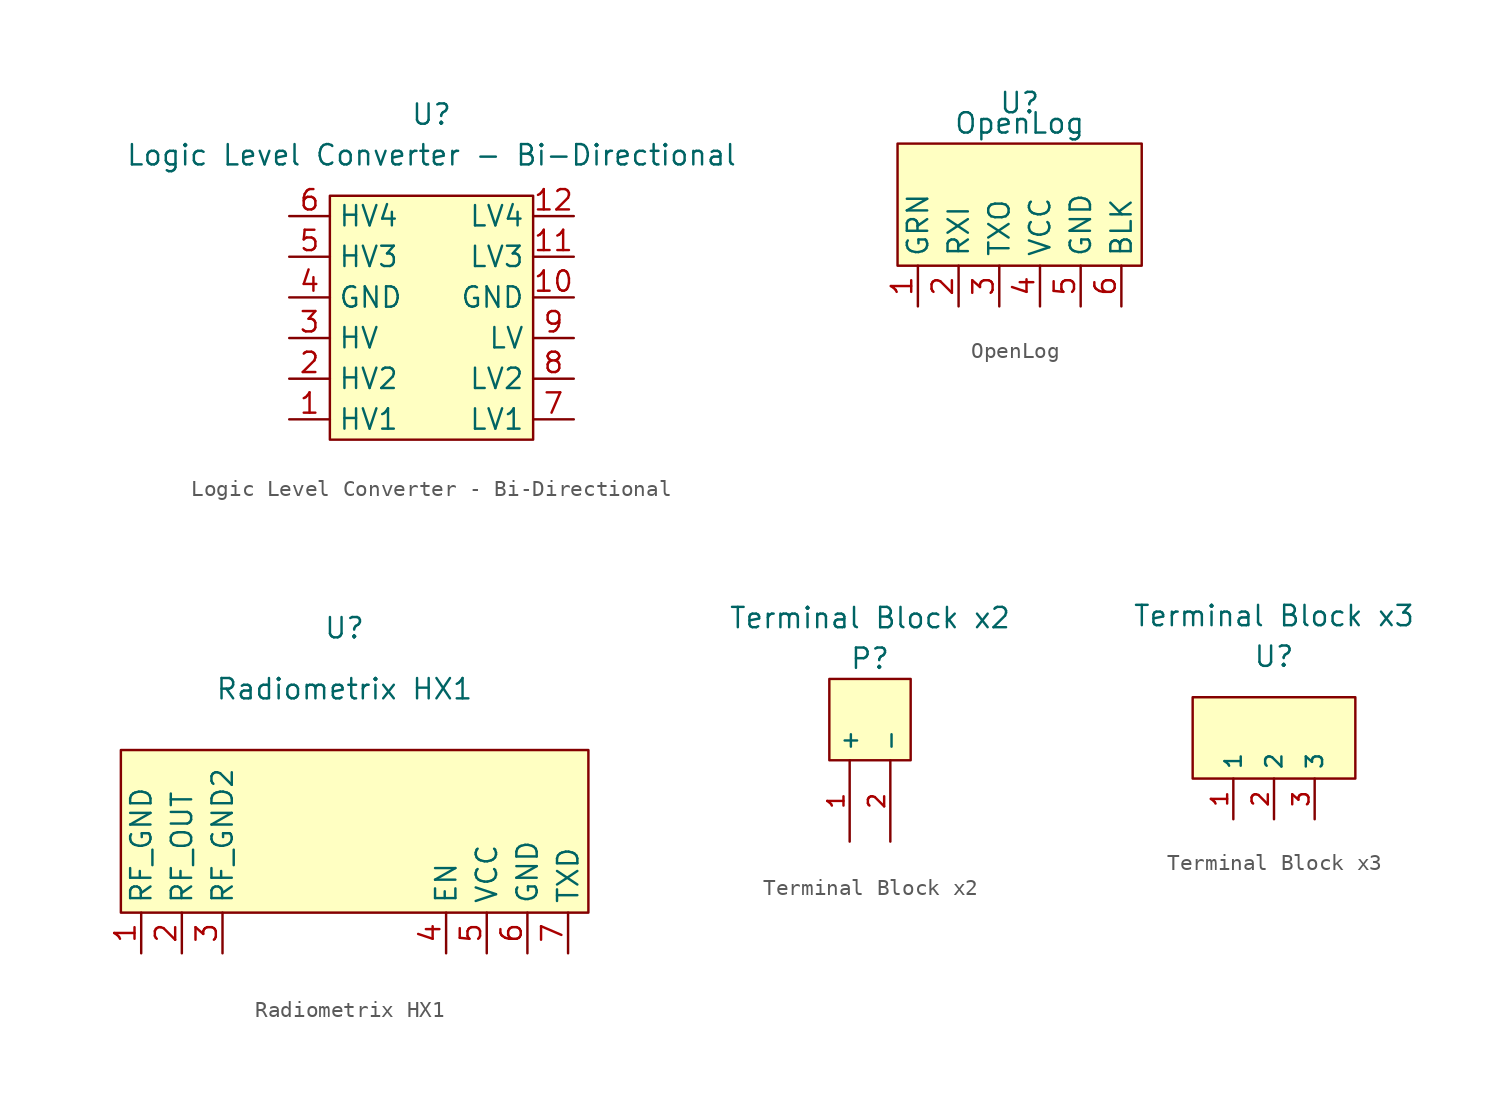
<source format=kicad_sym>
(kicad_symbol_lib
  (version 20211014)
  (generator kicad_symbol_editor)
  (symbol "Logic Level Converter - Bi-Directional"
    (property "Reference" "U"
      (at 0 15.24 0)
      (effects (font (size 1.27 1.27))))
    (property "Value" "Logic Level Converter - Bi-Directional"
      (at 0 12.7 0)
      (effects (font (size 1.27 1.27))))
    (symbol "Logic Level Converter - Bi-Directional_0_1"
      (rectangle (start -6.35 10.16) (end 6.35 -5.08) (stroke (width 0) (type default) (color 0 0 0 0)) (fill (type background))))
    (symbol "Logic Level Converter - Bi-Directional_1_1"
      (pin bidirectional line (at -8.89 -3.81 0) (length 2.54) (name "HV1" (effects (font (size 1.27 1.27)))) (number "1" (effects (font (size 1.27 1.27)))))
      (pin power_in line (at 8.89 3.81 180) (length 2.54) (name "GND" (effects (font (size 1.27 1.27)))) (number "10" (effects (font (size 1.27 1.27)))))
      (pin bidirectional line (at 8.89 6.35 180) (length 2.54) (name "LV3" (effects (font (size 1.27 1.27)))) (number "11" (effects (font (size 1.27 1.27)))))
      (pin bidirectional line (at 8.89 8.89 180) (length 2.54) (name "LV4" (effects (font (size 1.27 1.27)))) (number "12" (effects (font (size 1.27 1.27)))))
      (pin bidirectional line (at -8.89 -1.27 0) (length 2.54) (name "HV2" (effects (font (size 1.27 1.27)))) (number "2" (effects (font (size 1.27 1.27)))))
      (pin power_in line (at -8.89 1.27 0) (length 2.54) (name "HV" (effects (font (size 1.27 1.27)))) (number "3" (effects (font (size 1.27 1.27)))))
      (pin power_in line (at -8.89 3.81 0) (length 2.54) (name "GND" (effects (font (size 1.27 1.27)))) (number "4" (effects (font (size 1.27 1.27)))))
      (pin bidirectional line (at -8.89 6.35 0) (length 2.54) (name "HV3" (effects (font (size 1.27 1.27)))) (number "5" (effects (font (size 1.27 1.27)))))
      (pin bidirectional line (at -8.89 8.89 0) (length 2.54) (name "HV4" (effects (font (size 1.27 1.27)))) (number "6" (effects (font (size 1.27 1.27)))))
      (pin bidirectional line (at 8.89 -3.81 180) (length 2.54) (name "LV1" (effects (font (size 1.27 1.27)))) (number "7" (effects (font (size 1.27 1.27)))))
      (pin bidirectional line (at 8.89 -1.27 180) (length 2.54) (name "LV2" (effects (font (size 1.27 1.27)))) (number "8" (effects (font (size 1.27 1.27)))))
      (pin power_in line (at 8.89 1.27 180) (length 2.54) (name "LV" (effects (font (size 1.27 1.27)))) (number "9" (effects (font (size 1.27 1.27)))))))
  (symbol "OpenLog"
    (property "Reference" "U"
      (at 0 6.35 0)
      (effects (font (size 1.27 1.27))))
    (property "Value" "OpenLog"
      (at 0 5.08 0)
      (effects (font (size 1.27 1.27))))
    (symbol "OpenLog_0_1"
      (rectangle (start -7.62 3.81) (end 7.62 -3.81) (stroke (width 0) (type default) (color 0 0 0 0)) (fill (type background))))
    (symbol "OpenLog_1_1"
      (pin input line (at -6.35 -6.35 90) (length 2.54) (name "GRN" (effects (font (size 1.27 1.27)))) (number "1" (effects (font (size 1.27 1.27)))))
      (pin input line (at -3.81 -6.35 90) (length 2.54) (name "RXI" (effects (font (size 1.27 1.27)))) (number "2" (effects (font (size 1.27 1.27)))))
      (pin output line (at -1.27 -6.35 90) (length 2.54) (name "TXO" (effects (font (size 1.27 1.27)))) (number "3" (effects (font (size 1.27 1.27)))))
      (pin power_in line (at 1.27 -6.35 90) (length 2.54) (name "VCC" (effects (font (size 1.27 1.27)))) (number "4" (effects (font (size 1.27 1.27)))))
      (pin power_in line (at 3.81 -6.35 90) (length 2.54) (name "GND" (effects (font (size 1.27 1.27)))) (number "5" (effects (font (size 1.27 1.27)))))
      (pin power_in line (at 6.35 -6.35 90) (length 2.54) (name "BLK" (effects (font (size 1.27 1.27)))) (number "6" (effects (font (size 1.27 1.27)))))))
  (symbol "Radiometrix HX1"
    (property "Reference" "U"
      (at 0 15.24 0)
      (effects (font (size 1.27 1.27))))
    (property "Value" "Radiometrix HX1"
      (at 0 11.43 0)
      (effects (font (size 1.27 1.27))))
    (symbol "Radiometrix HX1_0_1"
      (rectangle (start -13.97 7.62) (end 15.24 -2.54) (stroke (width 0) (type default) (color 0 0 0 0)) (fill (type background))))
    (symbol "Radiometrix HX1_1_1"
      (pin power_out line (at -12.7 -5.08 90) (length 2.54) (name "RF_GND" (effects (font (size 1.27 1.27)))) (number "1" (effects (font (size 1.27 1.27)))))
      (pin power_out line (at -10.16 -5.08 90) (length 2.54) (name "RF_OUT" (effects (font (size 1.27 1.27)))) (number "2" (effects (font (size 1.27 1.27)))))
      (pin power_out line (at -7.62 -5.08 90) (length 2.54) (name "RF_GND2" (effects (font (size 1.27 1.27)))) (number "3" (effects (font (size 1.27 1.27)))))
      (pin input line (at 6.35 -5.08 90) (length 2.54) (name "EN" (effects (font (size 1.27 1.27)))) (number "4" (effects (font (size 1.27 1.27)))))
      (pin power_in line (at 8.89 -5.08 90) (length 2.54) (name "VCC" (effects (font (size 1.27 1.27)))) (number "5" (effects (font (size 1.27 1.27)))))
      (pin power_in line (at 11.43 -5.08 90) (length 2.54) (name "GND" (effects (font (size 1.27 1.27)))) (number "6" (effects (font (size 1.27 1.27)))))
      (pin input line (at 13.97 -5.08 90) (length 2.54) (name "TXD" (effects (font (size 1.27 1.27)))) (number "7" (effects (font (size 1.27 1.27)))))))
  (symbol "Terminal Block x2"
    (property "Reference" "P"
      (at 0 0 0)
      (effects (font (size 1.27 1.27))))
    (property "Value" "Terminal Block x2"
      (at 0 2.54 0)
      (effects (font (size 1.27 1.27))))
    (symbol "Terminal Block x2_0_1"
      (rectangle (start -2.54 -1.27) (end 2.54 -6.35) (stroke (width 0) (type default) (color 0 0 0 0)) (fill (type background))))
    (symbol "Terminal Block x2_1_1"
      (pin power_in line (at -1.27 -11.43 90) (length 5.08) (name "+" (effects (font (size 1.016 1.016)))) (number "1" (effects (font (size 1.016 1.016)))))
      (pin power_in line (at 1.27 -11.43 90) (length 5.08) (name "-" (effects (font (size 1.016 1.016)))) (number "2" (effects (font (size 1.016 1.016)))))))
  (symbol "Terminal Block x3"
    (property "Reference" "U"
      (at 0 0 0)
      (effects (font (size 1.27 1.27))))
    (property "Value" "Terminal Block x3"
      (at 0 2.54 0)
      (effects (font (size 1.27 1.27))))
    (symbol "Terminal Block x3_0_1"
      (rectangle (start -5.08 -2.54) (end 5.08 -7.62) (stroke (width 0) (type default) (color 0 0 0 0)) (fill (type background))))
    (symbol "Terminal Block x3_1_1"
      (pin unspecified line (at -2.54 -10.16 90) (length 2.54) (name "1" (effects (font (size 1.016 1.016)))) (number "1" (effects (font (size 1.016 1.016)))))
      (pin unspecified line (at 0 -10.16 90) (length 2.54) (name "2" (effects (font (size 1.016 1.016)))) (number "2" (effects (font (size 1.016 1.016)))))
      (pin unspecified line (at 2.54 -10.16 90) (length 2.54) (name "3" (effects (font (size 1.016 1.016)))) (number "3" (effects (font (size 1.016 1.016))))))))
</source>
